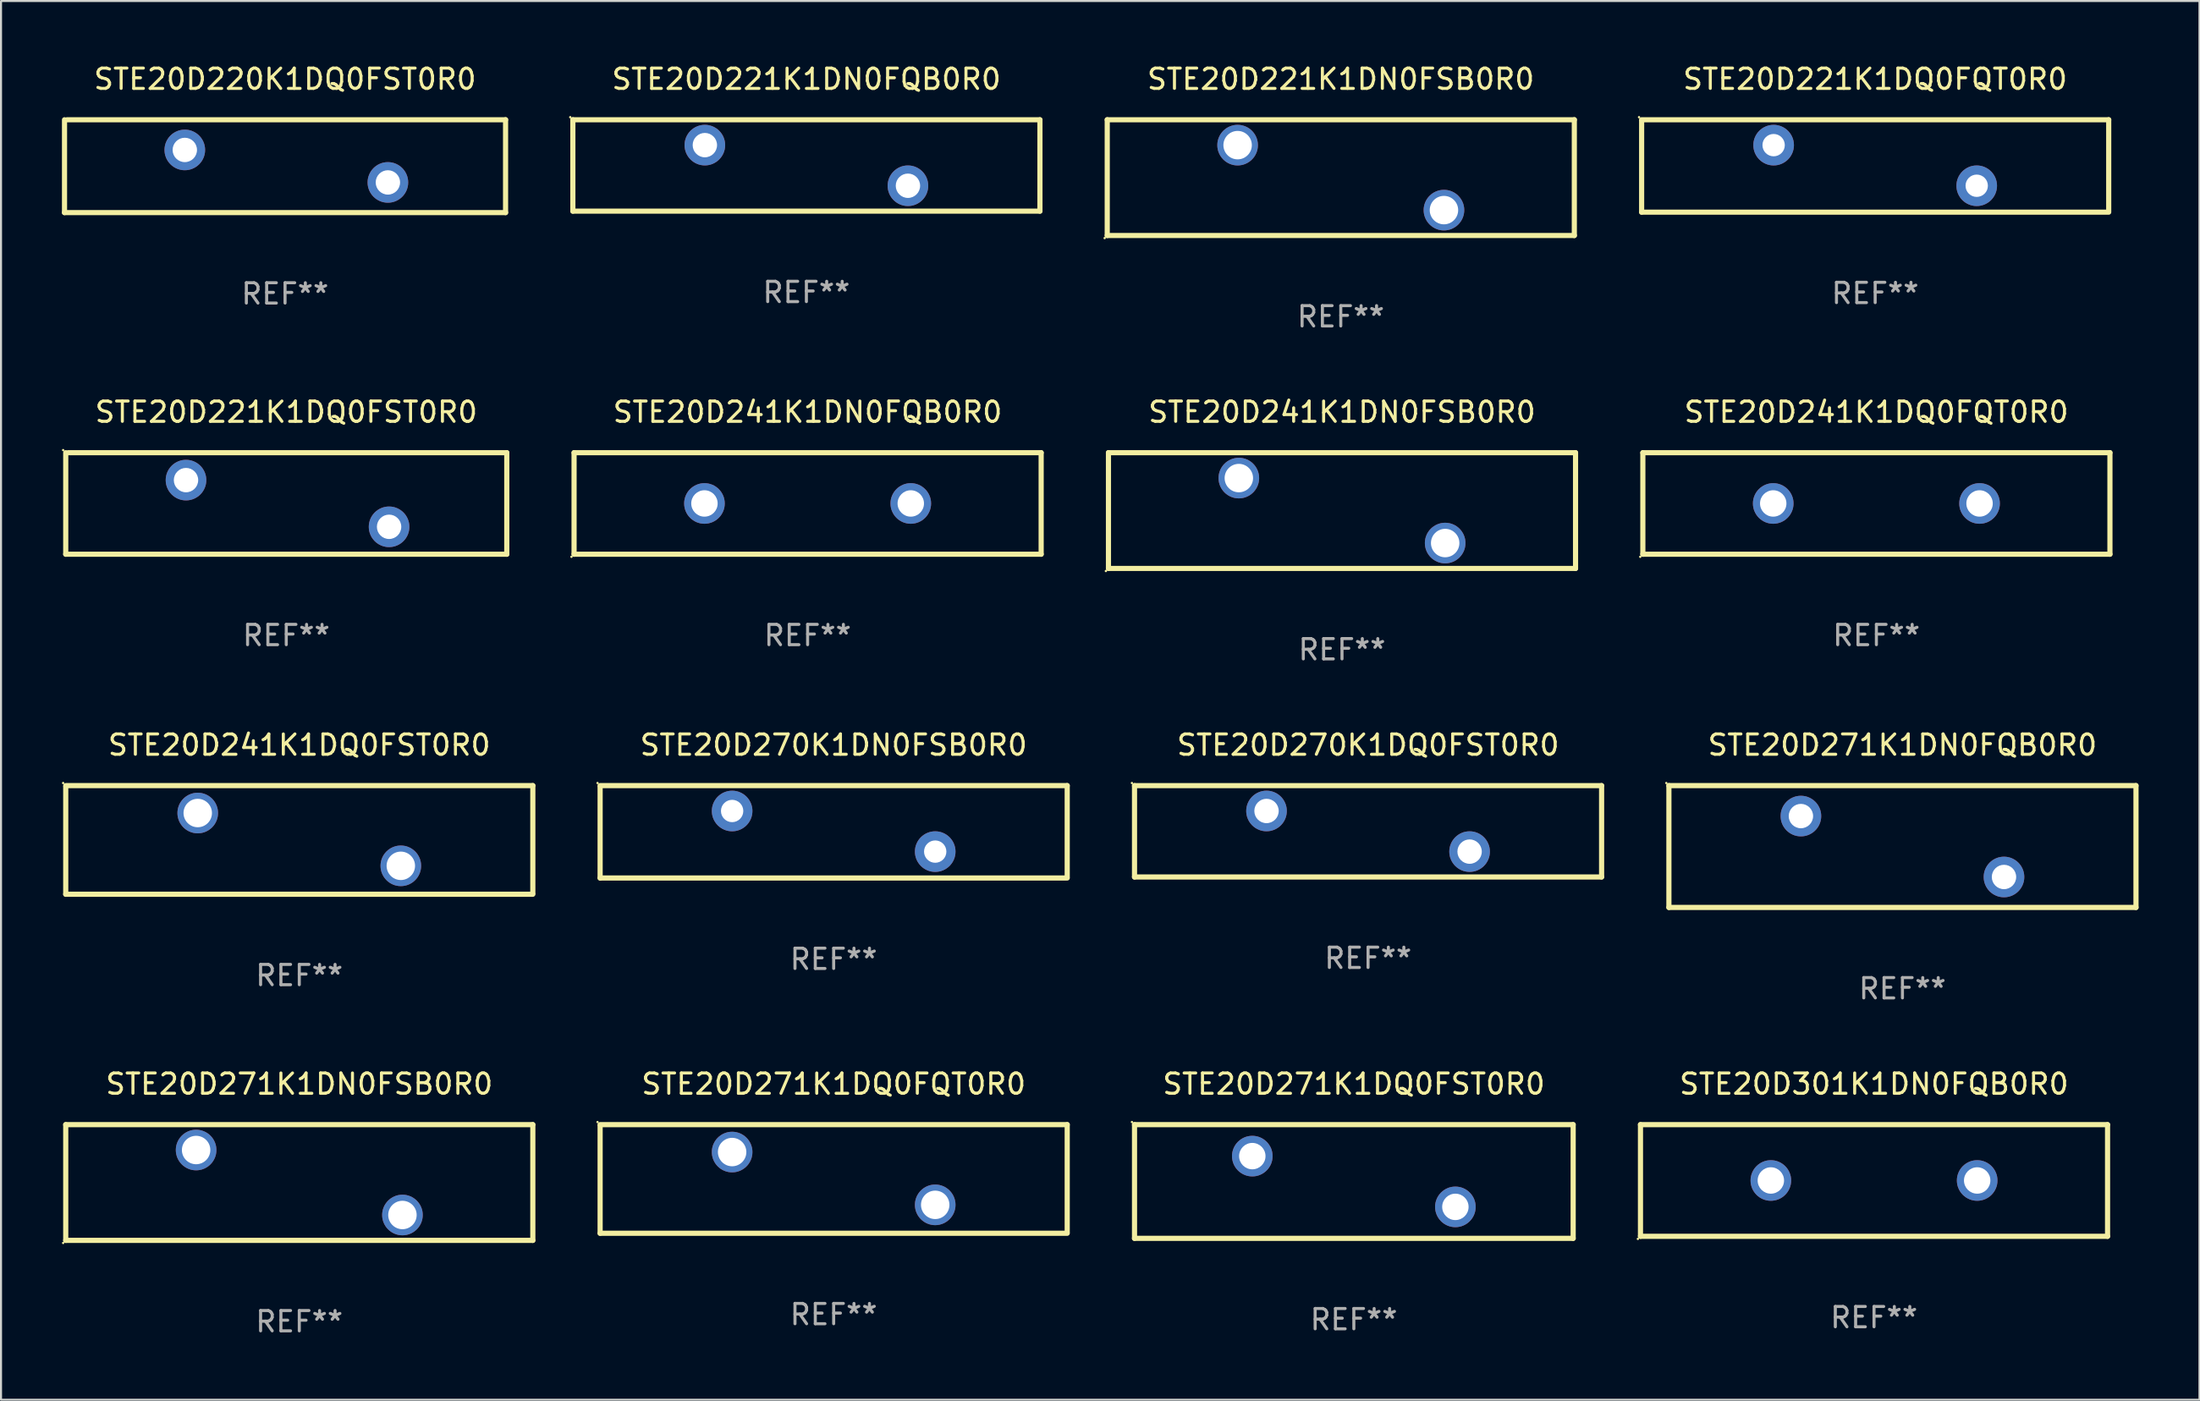
<source format=kicad_pcb>
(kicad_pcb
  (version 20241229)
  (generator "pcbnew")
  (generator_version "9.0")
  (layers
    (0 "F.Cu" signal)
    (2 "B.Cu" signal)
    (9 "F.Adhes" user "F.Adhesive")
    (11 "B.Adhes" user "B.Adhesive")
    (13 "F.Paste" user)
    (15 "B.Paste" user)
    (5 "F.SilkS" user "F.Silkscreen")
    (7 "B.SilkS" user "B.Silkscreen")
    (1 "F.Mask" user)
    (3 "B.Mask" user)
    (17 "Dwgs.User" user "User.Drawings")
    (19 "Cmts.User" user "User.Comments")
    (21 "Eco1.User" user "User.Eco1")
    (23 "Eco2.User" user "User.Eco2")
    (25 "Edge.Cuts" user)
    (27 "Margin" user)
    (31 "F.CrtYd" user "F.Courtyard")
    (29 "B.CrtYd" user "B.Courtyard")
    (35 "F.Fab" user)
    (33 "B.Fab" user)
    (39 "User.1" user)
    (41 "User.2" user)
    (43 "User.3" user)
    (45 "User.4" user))
  (footprint "STE20D241K1DQ0FST0R0"
    (layer "F.Cu")
    (at 11.687 38.316)
    (property "Reference" "STE20D241K1DQ0FST0R0" (at 0 -4.675 0) (layer "F.SilkS") (effects (font (size 1 1) (thickness 0.15))))
    (attr through_hole)
    (fp_line (start -11.5 -2.675) (end 11.5 -2.675) (stroke (width 0.254) (type solid)) (layer "F.SilkS"))
    (fp_line (start -11.5 2.675) (end -11.5 -2.625) (stroke (width 0.254) (type solid)) (layer "F.SilkS"))
    (fp_line (start 11.5 -2.675) (end 11.5 2.625) (stroke (width 0.254) (type solid)) (layer "F.SilkS"))
    (fp_line (start 11.5 2.675) (end -11.5 2.675) (stroke (width 0.254) (type solid)) (layer "F.SilkS"))
    (fp_circle (center -11.627 -2.802) (end -11.597 -2.802) (stroke (width 0.06) (type solid)) (fill no) (layer "F.SilkS"))
    (fp_text user "REF**" (at 0 6.675 0) (layer "F.Fab") (effects (font (size 1 1) (thickness 0.15))))
    (pad "1" thru_hole circle (at -5 -1.325) (size 2 2) (drill 1.4) (layers "*.Cu" "*.Mask"))
    (pad "2" thru_hole circle (at 5 1.275) (size 2 2) (drill 1.4) (layers "*.Cu" "*.Mask")))
  (footprint "STE20D271K1DQ0FQT0R0"
    (layer "F.Cu")
    (at 38.001 55.013)
    (property "Reference" "STE20D271K1DQ0FQT0R0" (at 0 -4.675 0) (layer "F.SilkS") (effects (font (size 1 1) (thickness 0.15))))
    (attr through_hole)
    (fp_line (start -11.5 -2.675) (end 11.5 -2.675) (stroke (width 0.254) (type solid)) (layer "F.SilkS"))
    (fp_line (start -11.5 2.675) (end -11.5 -2.625) (stroke (width 0.254) (type solid)) (layer "F.SilkS"))
    (fp_line (start 11.5 -2.675) (end 11.5 2.625) (stroke (width 0.254) (type solid)) (layer "F.SilkS"))
    (fp_line (start 11.5 2.675) (end -11.5 2.675) (stroke (width 0.254) (type solid)) (layer "F.SilkS"))
    (fp_circle (center -11.627 -2.802) (end -11.597 -2.802) (stroke (width 0.06) (type solid)) (fill no) (layer "F.SilkS"))
    (fp_text user "REF**" (at 0 6.675 0) (layer "F.Fab") (effects (font (size 1 1) (thickness 0.15))))
    (pad "1" thru_hole circle (at -5 -1.325) (size 2 2) (drill 1.4) (layers "*.Cu" "*.Mask"))
    (pad "2" thru_hole circle (at 5 1.275) (size 2 2) (drill 1.4) (layers "*.Cu" "*.Mask")))
  (footprint "STE20D241K1DN0FQB0R0"
    (layer "F.Cu")
    (at 36.718 21.745)
    (property "Reference" "STE20D241K1DN0FQB0R0" (at 0 -4.5 0) (layer "F.SilkS") (effects (font (size 1 1) (thickness 0.15))))
    (attr through_hole)
    (fp_line (start -11.5 -2.5) (end 11.5 -2.5) (stroke (width 0.254) (type solid)) (layer "F.SilkS"))
    (fp_line (start -11.5 2.5) (end -11.5 -2.5) (stroke (width 0.254) (type solid)) (layer "F.SilkS"))
    (fp_line (start 11.5 -2.5) (end 11.5 2.5) (stroke (width 0.254) (type solid)) (layer "F.SilkS"))
    (fp_line (start 11.5 2.5) (end -11.5 2.5) (stroke (width 0.254) (type solid)) (layer "F.SilkS"))
    (fp_circle (center -11.627 2.627) (end -11.597 2.627) (stroke (width 0.06) (type solid)) (fill no) (layer "F.SilkS"))
    (fp_text user "REF**" (at 0 6.5 0) (layer "F.Fab") (effects (font (size 1 1) (thickness 0.15))))
    (pad "1" thru_hole circle (at -5.08 0) (size 2 2) (drill 1.3) (layers "*.Cu" "*.Mask"))
    (pad "2" thru_hole circle (at 5.08 0) (size 2 2) (drill 1.3) (layers "*.Cu" "*.Mask")))
  (footprint "STE20D221K1DQ0FST0R0"
    (layer "F.Cu")
    (at 11.046 21.745)
    (property "Reference" "STE20D221K1DQ0FST0R0" (at 0 -4.5 0) (layer "F.SilkS") (effects (font (size 1 1) (thickness 0.15))))
    (attr through_hole)
    (fp_line (start -10.859 2.5) (end -10.859 -2.5) (stroke (width 0.254) (type solid)) (layer "F.SilkS"))
    (fp_line (start -10.732 -2.5) (end 10.859 -2.5) (stroke (width 0.254) (type solid)) (layer "F.SilkS"))
    (fp_line (start 10.859 -2.5) (end 10.859 2.5) (stroke (width 0.254) (type solid)) (layer "F.SilkS"))
    (fp_line (start 10.859 2.5) (end -10.859 2.5) (stroke (width 0.254) (type solid)) (layer "F.SilkS"))
    (fp_circle (center -10.986 -2.627) (end -10.956 -2.627) (stroke (width 0.06) (type solid)) (fill no) (layer "F.SilkS"))
    (fp_text user "REF**" (at 0 6.5 0) (layer "F.Fab") (effects (font (size 1 1) (thickness 0.15))))
    (pad "1" thru_hole circle (at -4.937 -1.15) (size 2 2) (drill 1.2) (layers "*.Cu" "*.Mask"))
    (pad "2" thru_hole circle (at 5.063 1.15) (size 2 2) (drill 1.2) (layers "*.Cu" "*.Mask")))
  (footprint "STE20D220K1DQ0FST0R0"
    (layer "F.Cu")
    (at 10.986 5.134)
    (property "Reference" "STE20D220K1DQ0FST0R0" (at 0 -4.286 0) (layer "F.SilkS") (effects (font (size 1 1) (thickness 0.15))))
    (attr through_hole)
    (fp_line (start -10.859 2.286) (end -10.859 -2.286) (stroke (width 0.254) (type solid)) (layer "F.SilkS"))
    (fp_line (start -10.732 -2.286) (end 10.859 -2.286) (stroke (width 0.254) (type solid)) (layer "F.SilkS"))
    (fp_line (start 10.859 -2.286) (end 10.859 2.286) (stroke (width 0.254) (type solid)) (layer "F.SilkS"))
    (fp_line (start 10.859 2.286) (end -10.859 2.286) (stroke (width 0.254) (type solid)) (layer "F.SilkS"))
    (fp_circle (center -10.687 -2.3) (end -10.657 -2.3) (stroke (width 0.06) (type solid)) (fill no) (layer "F.SilkS"))
    (fp_text user "REF**" (at 0 6.286 0) (layer "F.Fab") (effects (font (size 1 1) (thickness 0.15))))
    (pad "1" thru_hole circle (at -4.936 -0.8) (size 2 2) (drill 1.2) (layers "*.Cu" "*.Mask"))
    (pad "2" thru_hole circle (at 5.064 0.8) (size 2 2) (drill 1.2) (layers "*.Cu" "*.Mask")))
  (footprint "STE20D271K1DN0FQB0R0"
    (layer "F.Cu")
    (at 90.629 38.641)
    (property "Reference" "STE20D271K1DN0FQB0R0" (at 0 -5 0) (layer "F.SilkS") (effects (font (size 1 1) (thickness 0.15))))
    (attr through_hole)
    (fp_line (start -11.5 -3) (end 11.5 -3) (stroke (width 0.254) (type solid)) (layer "F.SilkS"))
    (fp_line (start -11.5 3) (end -11.5 -3) (stroke (width 0.254) (type solid)) (layer "F.SilkS"))
    (fp_line (start 11.5 -3) (end 11.5 3) (stroke (width 0.254) (type solid)) (layer "F.SilkS"))
    (fp_line (start 11.5 3) (end -11.5 3) (stroke (width 0.254) (type solid)) (layer "F.SilkS"))
    (fp_circle (center -11.627 -3.127) (end -11.597 -3.127) (stroke (width 0.06) (type solid)) (fill no) (layer "F.SilkS"))
    (fp_text user "REF**" (at 0 7 0) (layer "F.Fab") (effects (font (size 1 1) (thickness 0.15))))
    (pad "1" thru_hole circle (at -5 -1.5) (size 2 2) (drill 1.2) (layers "*.Cu" "*.Mask"))
    (pad "2" thru_hole circle (at 5 1.5) (size 2 2) (drill 1.2) (layers "*.Cu" "*.Mask")))
  (footprint "STE20D270K1DQ0FST0R0"
    (layer "F.Cu")
    (at 64.315 37.892)
    (property "Reference" "STE20D270K1DQ0FST0R0" (at 0 -4.25 0) (layer "F.SilkS") (effects (font (size 1 1) (thickness 0.15))))
    (attr through_hole)
    (fp_line (start -11.5 -2.25) (end 11.5 -2.25) (stroke (width 0.254) (type solid)) (layer "F.SilkS"))
    (fp_line (start -11.5 2.25) (end -11.5 -2.25) (stroke (width 0.254) (type solid)) (layer "F.SilkS"))
    (fp_line (start 11.5 -2.25) (end 11.5 2.25) (stroke (width 0.254) (type solid)) (layer "F.SilkS"))
    (fp_line (start 11.5 2.249) (end -11.5 2.249) (stroke (width 0.254) (type solid)) (layer "F.SilkS"))
    (fp_circle (center -11.627 -2.377) (end -11.597 -2.377) (stroke (width 0.06) (type solid)) (fill no) (layer "F.SilkS"))
    (fp_text user "REF**" (at 0 6.25 0) (layer "F.Fab") (effects (font (size 1 1) (thickness 0.15))))
    (pad "1" thru_hole circle (at -5 -1.002) (size 2 2) (drill 1.2) (layers "*.Cu" "*.Mask"))
    (pad "2" thru_hole circle (at 5 0.999) (size 2 2) (drill 1.2) (layers "*.Cu" "*.Mask")))
  (footprint "STE20D271K1DN0FSB0R0"
    (layer "F.Cu")
    (at 11.687 55.188)
    (property "Reference" "STE20D271K1DN0FSB0R0" (at 0 -4.85 0) (layer "F.SilkS") (effects (font (size 1 1) (thickness 0.15))))
    (attr through_hole)
    (fp_line (start -11.5 -2.85) (end 11.5 -2.85) (stroke (width 0.254) (type solid)) (layer "F.SilkS"))
    (fp_line (start -11.5 2.85) (end -11.5 -2.85) (stroke (width 0.254) (type solid)) (layer "F.SilkS"))
    (fp_line (start -11.5 2.85) (end 11.5 2.85) (stroke (width 0.254) (type solid)) (layer "F.SilkS"))
    (fp_line (start 11.5 -2.85) (end 11.5 2.85) (stroke (width 0.254) (type solid)) (layer "F.SilkS"))
    (fp_circle (center -11.627 2.977) (end -11.597 2.977) (stroke (width 0.06) (type solid)) (fill no) (layer "F.SilkS"))
    (fp_text user "REF**" (at 0 6.85 0) (layer "F.Fab") (effects (font (size 1 1) (thickness 0.15))))
    (pad "1" thru_hole circle (at -5.08 -1.6) (size 2 2) (drill 1.4) (layers "*.Cu" "*.Mask"))
    (pad "2" thru_hole circle (at 5.08 1.6) (size 2 2) (drill 1.4) (layers "*.Cu" "*.Mask")))
  (footprint "STE20D270K1DN0FSB0R0"
    (layer "F.Cu")
    (at 38.001 37.916)
    (property "Reference" "STE20D270K1DN0FSB0R0" (at 0 -4.275 0) (layer "F.SilkS") (effects (font (size 1 1) (thickness 0.15))))
    (attr through_hole)
    (fp_line (start -11.5 -2.275) (end 11.5 -2.275) (stroke (width 0.254) (type solid)) (layer "F.SilkS"))
    (fp_line (start -11.5 2.275) (end -11.5 -2.225) (stroke (width 0.254) (type solid)) (layer "F.SilkS"))
    (fp_line (start 11.5 -2.275) (end 11.5 2.225) (stroke (width 0.254) (type solid)) (layer "F.SilkS"))
    (fp_line (start 11.5 2.275) (end -11.5 2.275) (stroke (width 0.254) (type solid)) (layer "F.SilkS"))
    (fp_circle (center -11.627 -2.402) (end -11.597 -2.402) (stroke (width 0.06) (type solid)) (fill no) (layer "F.SilkS"))
    (fp_text user "REF**" (at 0 6.275 0) (layer "F.Fab") (effects (font (size 1 1) (thickness 0.15))))
    (pad "1" thru_hole circle (at -5 -1.025) (size 2 2) (drill 1.1) (layers "*.Cu" "*.Mask"))
    (pad "2" thru_hole circle (at 5 0.975) (size 2 2) (drill 1.1) (layers "*.Cu" "*.Mask")))
  (footprint "STE20D301K1DN0FQB0R0"
    (layer "F.Cu")
    (at 89.229 55.088)
    (property "Reference" "STE20D301K1DN0FQB0R0" (at 0 -4.75 0) (layer "F.SilkS") (effects (font (size 1 1) (thickness 0.15))))
    (attr through_hole)
    (fp_line (start -11.5 -2.75) (end 11.5 -2.75) (stroke (width 0.254) (type solid)) (layer "F.SilkS"))
    (fp_line (start -11.5 2.75) (end -11.5 -2.75) (stroke (width 0.254) (type solid)) (layer "F.SilkS"))
    (fp_line (start 11.5 -2.75) (end 11.5 2.75) (stroke (width 0.254) (type solid)) (layer "F.SilkS"))
    (fp_line (start 11.5 2.75) (end -11.5 2.75) (stroke (width 0.254) (type solid)) (layer "F.SilkS"))
    (fp_circle (center -11.627 2.877) (end -11.597 2.877) (stroke (width 0.06) (type solid)) (fill no) (layer "F.SilkS"))
    (fp_text user "REF**" (at 0 6.75 0) (layer "F.Fab") (effects (font (size 1 1) (thickness 0.15))))
    (pad "1" thru_hole circle (at -5.08 -0.000013) (size 2 2) (drill 1.3) (layers "*.Cu" "*.Mask"))
    (pad "2" thru_hole circle (at 5.08 -0.000013) (size 2 2) (drill 1.3) (layers "*.Cu" "*.Mask")))
  (footprint "STE20D241K1DQ0FQT0R0"
    (layer "F.Cu")
    (at 89.346 21.745)
    (property "Reference" "STE20D241K1DQ0FQT0R0" (at 0 -4.5 0) (layer "F.SilkS") (effects (font (size 1 1) (thickness 0.15))))
    (attr through_hole)
    (fp_line (start -11.5 -2.5) (end 11.5 -2.5) (stroke (width 0.254) (type solid)) (layer "F.SilkS"))
    (fp_line (start -11.5 2.5) (end -11.5 -2.5) (stroke (width 0.254) (type solid)) (layer "F.SilkS"))
    (fp_line (start 11.5 -2.5) (end 11.5 2.5) (stroke (width 0.254) (type solid)) (layer "F.SilkS"))
    (fp_line (start 11.5 2.5) (end -11.5 2.5) (stroke (width 0.254) (type solid)) (layer "F.SilkS"))
    (fp_circle (center -11.627 2.627) (end -11.597 2.627) (stroke (width 0.06) (type solid)) (fill no) (layer "F.SilkS"))
    (fp_text user "REF**" (at 0 6.5 0) (layer "F.Fab") (effects (font (size 1 1) (thickness 0.15))))
    (pad "1" thru_hole circle (at -5.08 0) (size 2 2) (drill 1.3) (layers "*.Cu" "*.Mask"))
    (pad "2" thru_hole circle (at 5.08 0) (size 2 2) (drill 1.3) (layers "*.Cu" "*.Mask")))
  (footprint "STE20D241K1DN0FSB0R0"
    (layer "F.Cu")
    (at 63.032 22.095)
    (property "Reference" "STE20D241K1DN0FSB0R0" (at 0 -4.85 0) (layer "F.SilkS") (effects (font (size 1 1) (thickness 0.15))))
    (attr through_hole)
    (fp_line (start -11.5 -2.85) (end 11.5 -2.85) (stroke (width 0.254) (type solid)) (layer "F.SilkS"))
    (fp_line (start -11.5 2.85) (end -11.5 -2.85) (stroke (width 0.254) (type solid)) (layer "F.SilkS"))
    (fp_line (start -11.5 2.85) (end 11.5 2.85) (stroke (width 0.254) (type solid)) (layer "F.SilkS"))
    (fp_line (start 11.5 -2.85) (end 11.5 2.85) (stroke (width 0.254) (type solid)) (layer "F.SilkS"))
    (fp_circle (center -11.627 2.977) (end -11.597 2.977) (stroke (width 0.06) (type solid)) (fill no) (layer "F.SilkS"))
    (fp_text user "REF**" (at 0 6.85 0) (layer "F.Fab") (effects (font (size 1 1) (thickness 0.15))))
    (pad "1" thru_hole circle (at -5.08 -1.6) (size 2 2) (drill 1.4) (layers "*.Cu" "*.Mask"))
    (pad "2" thru_hole circle (at 5.08 1.6) (size 2 2) (drill 1.4) (layers "*.Cu" "*.Mask")))
  (footprint "STE20D221K1DQ0FQT0R0"
    (layer "F.Cu")
    (at 89.286 5.123)
    (property "Reference" "STE20D221K1DQ0FQT0R0" (at 0 -4.275 0) (layer "F.SilkS") (effects (font (size 1 1) (thickness 0.15))))
    (attr through_hole)
    (fp_line (start -11.5 -2.275) (end 11.5 -2.275) (stroke (width 0.254) (type solid)) (layer "F.SilkS"))
    (fp_line (start -11.5 2.275) (end -11.5 -2.225) (stroke (width 0.254) (type solid)) (layer "F.SilkS"))
    (fp_line (start 11.5 -2.275) (end 11.5 2.225) (stroke (width 0.254) (type solid)) (layer "F.SilkS"))
    (fp_line (start 11.5 2.275) (end -11.5 2.275) (stroke (width 0.254) (type solid)) (layer "F.SilkS"))
    (fp_circle (center -11.627 -2.402) (end -11.597 -2.402) (stroke (width 0.06) (type solid)) (fill no) (layer "F.SilkS"))
    (fp_text user "REF**" (at 0 6.275 0) (layer "F.Fab") (effects (font (size 1 1) (thickness 0.15))))
    (pad "1" thru_hole circle (at -5 -1.025) (size 2 2) (drill 1.1) (layers "*.Cu" "*.Mask"))
    (pad "2" thru_hole circle (at 5 0.975) (size 2 2) (drill 1.1) (layers "*.Cu" "*.Mask")))
  (footprint "STE20D221K1DN0FSB0R0"
    (layer "F.Cu")
    (at 62.972 5.698)
    (property "Reference" "STE20D221K1DN0FSB0R0" (at 0 -4.85 0) (layer "F.SilkS") (effects (font (size 1 1) (thickness 0.15))))
    (attr through_hole)
    (fp_line (start -11.5 -2.85) (end 11.5 -2.85) (stroke (width 0.254) (type solid)) (layer "F.SilkS"))
    (fp_line (start -11.5 2.85) (end -11.5 -2.85) (stroke (width 0.254) (type solid)) (layer "F.SilkS"))
    (fp_line (start -11.5 2.85) (end 11.5 2.85) (stroke (width 0.254) (type solid)) (layer "F.SilkS"))
    (fp_line (start 11.5 -2.85) (end 11.5 2.85) (stroke (width 0.254) (type solid)) (layer "F.SilkS"))
    (fp_circle (center -11.627 2.977) (end -11.597 2.977) (stroke (width 0.06) (type solid)) (fill no) (layer "F.SilkS"))
    (fp_text user "REF**" (at 0 6.85 0) (layer "F.Fab") (effects (font (size 1 1) (thickness 0.15))))
    (pad "1" thru_hole circle (at -5.08 -1.6) (size 2 2) (drill 1.4) (layers "*.Cu" "*.Mask"))
    (pad "2" thru_hole circle (at 5.08 1.6) (size 2 2) (drill 1.4) (layers "*.Cu" "*.Mask")))
  (footprint "STE20D221K1DN0FQB0R0"
    (layer "F.Cu")
    (at 36.658 5.099)
    (property "Reference" "STE20D221K1DN0FQB0R0" (at 0 -4.25 0) (layer "F.SilkS") (effects (font (size 1 1) (thickness 0.15))))
    (attr through_hole)
    (fp_line (start -11.5 -2.25) (end 11.5 -2.25) (stroke (width 0.254) (type solid)) (layer "F.SilkS"))
    (fp_line (start -11.5 2.25) (end -11.5 -2.25) (stroke (width 0.254) (type solid)) (layer "F.SilkS"))
    (fp_line (start 11.5 -2.25) (end 11.5 2.25) (stroke (width 0.254) (type solid)) (layer "F.SilkS"))
    (fp_line (start 11.5 2.249) (end -11.5 2.249) (stroke (width 0.254) (type solid)) (layer "F.SilkS"))
    (fp_circle (center -11.627 -2.377) (end -11.597 -2.377) (stroke (width 0.06) (type solid)) (fill no) (layer "F.SilkS"))
    (fp_text user "REF**" (at 0 6.25 0) (layer "F.Fab") (effects (font (size 1 1) (thickness 0.15))))
    (pad "1" thru_hole circle (at -5 -1.002) (size 2 2) (drill 1.2) (layers "*.Cu" "*.Mask"))
    (pad "2" thru_hole circle (at 5 0.999) (size 2 2) (drill 1.2) (layers "*.Cu" "*.Mask")))
  (footprint "STE20D271K1DQ0FST0R0"
    (layer "F.Cu")
    (at 63.615 55.138)
    (property "Reference" "STE20D271K1DQ0FST0R0" (at 0 -4.8 0) (layer "F.SilkS") (effects (font (size 1 1) (thickness 0.15))))
    (attr through_hole)
    (fp_line (start -10.8 -2.8) (end 10.8 -2.8) (stroke (width 0.254) (type solid)) (layer "F.SilkS"))
    (fp_line (start -10.8 2.8) (end -10.8 -2.8) (stroke (width 0.254) (type solid)) (layer "F.SilkS"))
    (fp_line (start 10.8 -2.8) (end 10.8 2.8) (stroke (width 0.254) (type solid)) (layer "F.SilkS"))
    (fp_line (start 10.8 2.8) (end -10.8 2.8) (stroke (width 0.254) (type solid)) (layer "F.SilkS"))
    (fp_circle (center -10.927 -2.927) (end -10.897 -2.927) (stroke (width 0.06) (type solid)) (fill no) (layer "F.SilkS"))
    (fp_text user "REF**" (at 0 6.8 0) (layer "F.Fab") (effects (font (size 1 1) (thickness 0.15))))
    (pad "1" thru_hole circle (at -5 -1.25) (size 2 2) (drill 1.3) (layers "*.Cu" "*.Mask"))
    (pad "2" thru_hole circle (at 5 1.25) (size 2 2) (drill 1.3) (layers "*.Cu" "*.Mask")))
  (gr_rect
    (start -3 -3)
    (end 105.256 65.886)
    (stroke (width 0.1) (type default))
    (fill no)
    (layer "Edge.Cuts")))
</source>
